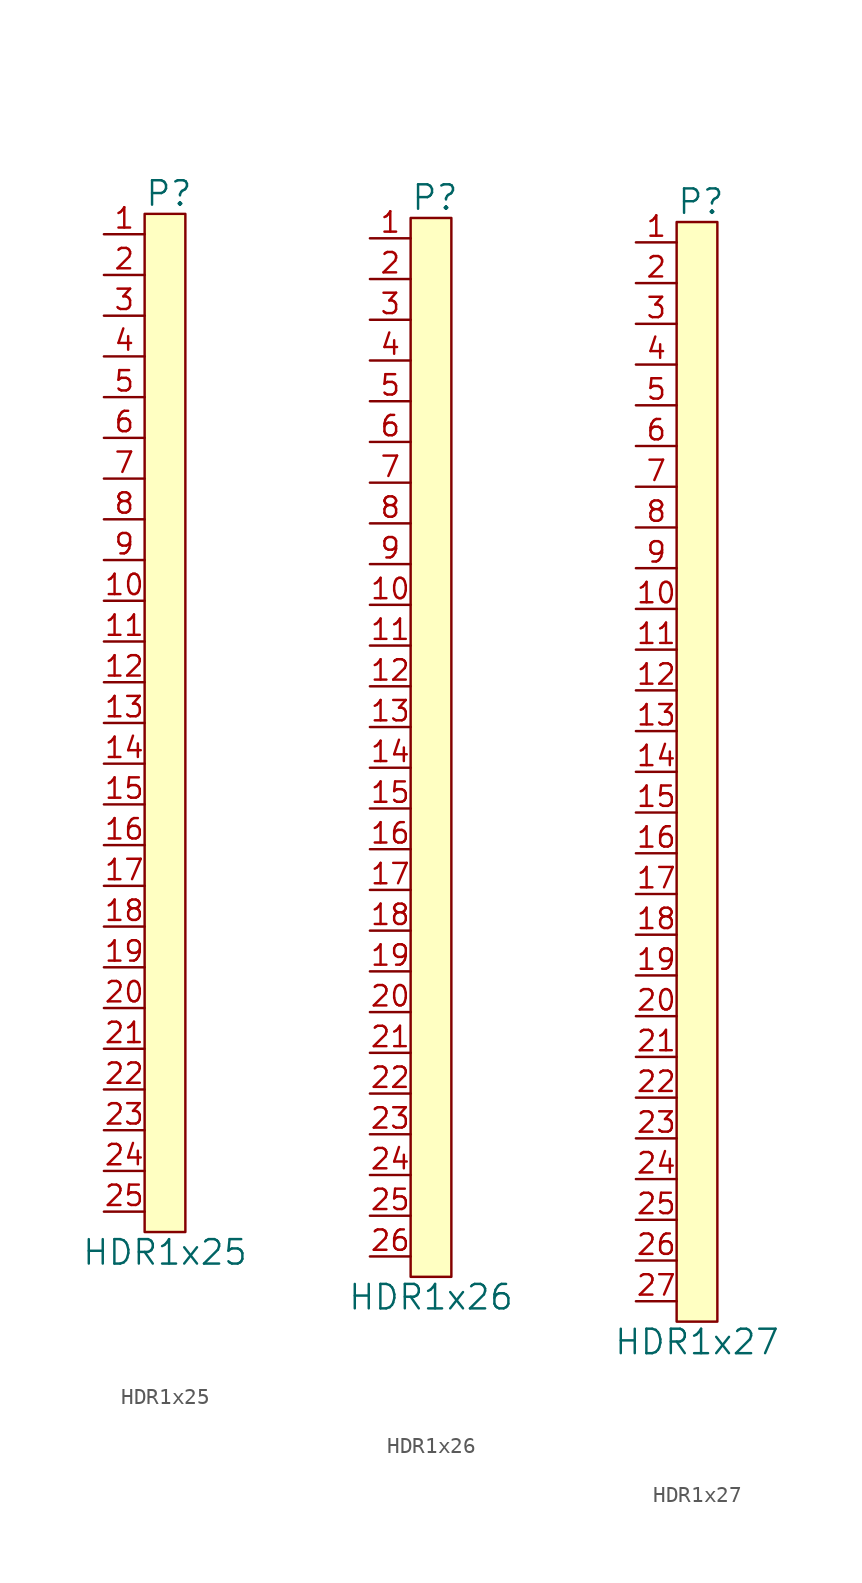
<source format=kicad_sym>
(kicad_symbol_lib
  (version 20231120)
  (generator "kicad_symbol_editor")
  (generator_version "8.0")
  (symbol "HDR1x25"
    (property "Reference" "P"
      (at -1.27 33.02 0)
      (effects (font (size 1.524 1.524)) (justify left)))
    (property "Value" "HDR1x25"
      (at 0 -33.02 0)
      (effects (font (size 1.524 1.524))))
    (symbol "HDR1x25_0_1"
      (rectangle (start -1.27 31.75) (end 1.27 -31.75) (stroke (width 0) (type default)) (fill (type background))))
    (symbol "HDR1x25_1_1"
      (pin unspecified line (at -3.81 30.48 0) (length 2.54) (name "~" (effects (font (size 1.27 1.27)))) (number "1" (effects (font (size 1.27 1.27)))))
      (pin unspecified line (at -3.81 7.62 0) (length 2.54) (name "~" (effects (font (size 1.27 1.27)))) (number "10" (effects (font (size 1.27 1.27)))))
      (pin unspecified line (at -3.81 5.08 0) (length 2.54) (name "~" (effects (font (size 1.27 1.27)))) (number "11" (effects (font (size 1.27 1.27)))))
      (pin unspecified line (at -3.81 2.54 0) (length 2.54) (name "~" (effects (font (size 1.27 1.27)))) (number "12" (effects (font (size 1.27 1.27)))))
      (pin unspecified line (at -3.81 0 0) (length 2.54) (name "~" (effects (font (size 1.27 1.27)))) (number "13" (effects (font (size 1.27 1.27)))))
      (pin unspecified line (at -3.81 -2.54 0) (length 2.54) (name "~" (effects (font (size 1.27 1.27)))) (number "14" (effects (font (size 1.27 1.27)))))
      (pin unspecified line (at -3.81 -5.08 0) (length 2.54) (name "~" (effects (font (size 1.27 1.27)))) (number "15" (effects (font (size 1.27 1.27)))))
      (pin unspecified line (at -3.81 -7.62 0) (length 2.54) (name "~" (effects (font (size 1.27 1.27)))) (number "16" (effects (font (size 1.27 1.27)))))
      (pin unspecified line (at -3.81 -10.16 0) (length 2.54) (name "~" (effects (font (size 1.27 1.27)))) (number "17" (effects (font (size 1.27 1.27)))))
      (pin unspecified line (at -3.81 -12.7 0) (length 2.54) (name "~" (effects (font (size 1.27 1.27)))) (number "18" (effects (font (size 1.27 1.27)))))
      (pin unspecified line (at -3.81 -15.24 0) (length 2.54) (name "~" (effects (font (size 1.27 1.27)))) (number "19" (effects (font (size 1.27 1.27)))))
      (pin unspecified line (at -3.81 27.94 0) (length 2.54) (name "~" (effects (font (size 1.27 1.27)))) (number "2" (effects (font (size 1.27 1.27)))))
      (pin unspecified line (at -3.81 -17.78 0) (length 2.54) (name "~" (effects (font (size 1.27 1.27)))) (number "20" (effects (font (size 1.27 1.27)))))
      (pin unspecified line (at -3.81 -20.32 0) (length 2.54) (name "~" (effects (font (size 1.27 1.27)))) (number "21" (effects (font (size 1.27 1.27)))))
      (pin unspecified line (at -3.81 -22.86 0) (length 2.54) (name "~" (effects (font (size 1.27 1.27)))) (number "22" (effects (font (size 1.27 1.27)))))
      (pin unspecified line (at -3.81 -25.4 0) (length 2.54) (name "~" (effects (font (size 1.27 1.27)))) (number "23" (effects (font (size 1.27 1.27)))))
      (pin unspecified line (at -3.81 -27.94 0) (length 2.54) (name "~" (effects (font (size 1.27 1.27)))) (number "24" (effects (font (size 1.27 1.27)))))
      (pin unspecified line (at -3.81 -30.48 0) (length 2.54) (name "~" (effects (font (size 1.27 1.27)))) (number "25" (effects (font (size 1.27 1.27)))))
      (pin unspecified line (at -3.81 25.4 0) (length 2.54) (name "~" (effects (font (size 1.27 1.27)))) (number "3" (effects (font (size 1.27 1.27)))))
      (pin unspecified line (at -3.81 22.86 0) (length 2.54) (name "~" (effects (font (size 1.27 1.27)))) (number "4" (effects (font (size 1.27 1.27)))))
      (pin unspecified line (at -3.81 20.32 0) (length 2.54) (name "~" (effects (font (size 1.27 1.27)))) (number "5" (effects (font (size 1.27 1.27)))))
      (pin unspecified line (at -3.81 17.78 0) (length 2.54) (name "~" (effects (font (size 1.27 1.27)))) (number "6" (effects (font (size 1.27 1.27)))))
      (pin unspecified line (at -3.81 15.24 0) (length 2.54) (name "~" (effects (font (size 1.27 1.27)))) (number "7" (effects (font (size 1.27 1.27)))))
      (pin unspecified line (at -3.81 12.7 0) (length 2.54) (name "~" (effects (font (size 1.27 1.27)))) (number "8" (effects (font (size 1.27 1.27)))))
      (pin unspecified line (at -3.81 10.16 0) (length 2.54) (name "~" (effects (font (size 1.27 1.27)))) (number "9" (effects (font (size 1.27 1.27)))))))
  (symbol "HDR1x26"
    (property "Reference" "P"
      (at -1.27 34.29 0)
      (effects (font (size 1.524 1.524)) (justify left)))
    (property "Value" "HDR1x26"
      (at 0 -34.29 0)
      (effects (font (size 1.524 1.524))))
    (symbol "HDR1x26_0_1"
      (rectangle (start -1.27 33.02) (end 1.27 -33.02) (stroke (width 0) (type default)) (fill (type background))))
    (symbol "HDR1x26_1_1"
      (pin unspecified line (at -3.81 31.75 0) (length 2.54) (name "~" (effects (font (size 1.27 1.27)))) (number "1" (effects (font (size 1.27 1.27)))))
      (pin unspecified line (at -3.81 8.89 0) (length 2.54) (name "~" (effects (font (size 1.27 1.27)))) (number "10" (effects (font (size 1.27 1.27)))))
      (pin unspecified line (at -3.81 6.35 0) (length 2.54) (name "~" (effects (font (size 1.27 1.27)))) (number "11" (effects (font (size 1.27 1.27)))))
      (pin unspecified line (at -3.81 3.81 0) (length 2.54) (name "~" (effects (font (size 1.27 1.27)))) (number "12" (effects (font (size 1.27 1.27)))))
      (pin unspecified line (at -3.81 1.27 0) (length 2.54) (name "~" (effects (font (size 1.27 1.27)))) (number "13" (effects (font (size 1.27 1.27)))))
      (pin unspecified line (at -3.81 -1.27 0) (length 2.54) (name "~" (effects (font (size 1.27 1.27)))) (number "14" (effects (font (size 1.27 1.27)))))
      (pin unspecified line (at -3.81 -3.81 0) (length 2.54) (name "~" (effects (font (size 1.27 1.27)))) (number "15" (effects (font (size 1.27 1.27)))))
      (pin unspecified line (at -3.81 -6.35 0) (length 2.54) (name "~" (effects (font (size 1.27 1.27)))) (number "16" (effects (font (size 1.27 1.27)))))
      (pin unspecified line (at -3.81 -8.89 0) (length 2.54) (name "~" (effects (font (size 1.27 1.27)))) (number "17" (effects (font (size 1.27 1.27)))))
      (pin unspecified line (at -3.81 -11.43 0) (length 2.54) (name "~" (effects (font (size 1.27 1.27)))) (number "18" (effects (font (size 1.27 1.27)))))
      (pin unspecified line (at -3.81 -13.97 0) (length 2.54) (name "~" (effects (font (size 1.27 1.27)))) (number "19" (effects (font (size 1.27 1.27)))))
      (pin unspecified line (at -3.81 29.21 0) (length 2.54) (name "~" (effects (font (size 1.27 1.27)))) (number "2" (effects (font (size 1.27 1.27)))))
      (pin unspecified line (at -3.81 -16.51 0) (length 2.54) (name "~" (effects (font (size 1.27 1.27)))) (number "20" (effects (font (size 1.27 1.27)))))
      (pin unspecified line (at -3.81 -19.05 0) (length 2.54) (name "~" (effects (font (size 1.27 1.27)))) (number "21" (effects (font (size 1.27 1.27)))))
      (pin unspecified line (at -3.81 -21.59 0) (length 2.54) (name "~" (effects (font (size 1.27 1.27)))) (number "22" (effects (font (size 1.27 1.27)))))
      (pin unspecified line (at -3.81 -24.13 0) (length 2.54) (name "~" (effects (font (size 1.27 1.27)))) (number "23" (effects (font (size 1.27 1.27)))))
      (pin unspecified line (at -3.81 -26.67 0) (length 2.54) (name "~" (effects (font (size 1.27 1.27)))) (number "24" (effects (font (size 1.27 1.27)))))
      (pin unspecified line (at -3.81 -29.21 0) (length 2.54) (name "~" (effects (font (size 1.27 1.27)))) (number "25" (effects (font (size 1.27 1.27)))))
      (pin unspecified line (at -3.81 -31.75 0) (length 2.54) (name "~" (effects (font (size 1.27 1.27)))) (number "26" (effects (font (size 1.27 1.27)))))
      (pin unspecified line (at -3.81 26.67 0) (length 2.54) (name "~" (effects (font (size 1.27 1.27)))) (number "3" (effects (font (size 1.27 1.27)))))
      (pin unspecified line (at -3.81 24.13 0) (length 2.54) (name "~" (effects (font (size 1.27 1.27)))) (number "4" (effects (font (size 1.27 1.27)))))
      (pin unspecified line (at -3.81 21.59 0) (length 2.54) (name "~" (effects (font (size 1.27 1.27)))) (number "5" (effects (font (size 1.27 1.27)))))
      (pin unspecified line (at -3.81 19.05 0) (length 2.54) (name "~" (effects (font (size 1.27 1.27)))) (number "6" (effects (font (size 1.27 1.27)))))
      (pin unspecified line (at -3.81 16.51 0) (length 2.54) (name "~" (effects (font (size 1.27 1.27)))) (number "7" (effects (font (size 1.27 1.27)))))
      (pin unspecified line (at -3.81 13.97 0) (length 2.54) (name "~" (effects (font (size 1.27 1.27)))) (number "8" (effects (font (size 1.27 1.27)))))
      (pin unspecified line (at -3.81 11.43 0) (length 2.54) (name "~" (effects (font (size 1.27 1.27)))) (number "9" (effects (font (size 1.27 1.27)))))))
  (symbol "HDR1x27"
    (property "Reference" "P"
      (at -1.27 35.56 0)
      (effects (font (size 1.524 1.524)) (justify left)))
    (property "Value" "HDR1x27"
      (at 0 -35.56 0)
      (effects (font (size 1.524 1.524))))
    (symbol "HDR1x27_0_1"
      (rectangle (start -1.27 34.29) (end 1.27 -34.29) (stroke (width 0) (type default)) (fill (type background))))
    (symbol "HDR1x27_1_1"
      (pin unspecified line (at -3.81 33.02 0) (length 2.54) (name "~" (effects (font (size 1.27 1.27)))) (number "1" (effects (font (size 1.27 1.27)))))
      (pin unspecified line (at -3.81 10.16 0) (length 2.54) (name "~" (effects (font (size 1.27 1.27)))) (number "10" (effects (font (size 1.27 1.27)))))
      (pin unspecified line (at -3.81 7.62 0) (length 2.54) (name "~" (effects (font (size 1.27 1.27)))) (number "11" (effects (font (size 1.27 1.27)))))
      (pin unspecified line (at -3.81 5.08 0) (length 2.54) (name "~" (effects (font (size 1.27 1.27)))) (number "12" (effects (font (size 1.27 1.27)))))
      (pin unspecified line (at -3.81 2.54 0) (length 2.54) (name "~" (effects (font (size 1.27 1.27)))) (number "13" (effects (font (size 1.27 1.27)))))
      (pin unspecified line (at -3.81 0 0) (length 2.54) (name "~" (effects (font (size 1.27 1.27)))) (number "14" (effects (font (size 1.27 1.27)))))
      (pin unspecified line (at -3.81 -2.54 0) (length 2.54) (name "~" (effects (font (size 1.27 1.27)))) (number "15" (effects (font (size 1.27 1.27)))))
      (pin unspecified line (at -3.81 -5.08 0) (length 2.54) (name "~" (effects (font (size 1.27 1.27)))) (number "16" (effects (font (size 1.27 1.27)))))
      (pin unspecified line (at -3.81 -7.62 0) (length 2.54) (name "~" (effects (font (size 1.27 1.27)))) (number "17" (effects (font (size 1.27 1.27)))))
      (pin unspecified line (at -3.81 -10.16 0) (length 2.54) (name "~" (effects (font (size 1.27 1.27)))) (number "18" (effects (font (size 1.27 1.27)))))
      (pin unspecified line (at -3.81 -12.7 0) (length 2.54) (name "~" (effects (font (size 1.27 1.27)))) (number "19" (effects (font (size 1.27 1.27)))))
      (pin unspecified line (at -3.81 30.48 0) (length 2.54) (name "~" (effects (font (size 1.27 1.27)))) (number "2" (effects (font (size 1.27 1.27)))))
      (pin unspecified line (at -3.81 -15.24 0) (length 2.54) (name "~" (effects (font (size 1.27 1.27)))) (number "20" (effects (font (size 1.27 1.27)))))
      (pin unspecified line (at -3.81 -17.78 0) (length 2.54) (name "~" (effects (font (size 1.27 1.27)))) (number "21" (effects (font (size 1.27 1.27)))))
      (pin unspecified line (at -3.81 -20.32 0) (length 2.54) (name "~" (effects (font (size 1.27 1.27)))) (number "22" (effects (font (size 1.27 1.27)))))
      (pin unspecified line (at -3.81 -22.86 0) (length 2.54) (name "~" (effects (font (size 1.27 1.27)))) (number "23" (effects (font (size 1.27 1.27)))))
      (pin unspecified line (at -3.81 -25.4 0) (length 2.54) (name "~" (effects (font (size 1.27 1.27)))) (number "24" (effects (font (size 1.27 1.27)))))
      (pin unspecified line (at -3.81 -27.94 0) (length 2.54) (name "~" (effects (font (size 1.27 1.27)))) (number "25" (effects (font (size 1.27 1.27)))))
      (pin unspecified line (at -3.81 -30.48 0) (length 2.54) (name "~" (effects (font (size 1.27 1.27)))) (number "26" (effects (font (size 1.27 1.27)))))
      (pin unspecified line (at -3.81 -33.02 0) (length 2.54) (name "~" (effects (font (size 1.27 1.27)))) (number "27" (effects (font (size 1.27 1.27)))))
      (pin unspecified line (at -3.81 27.94 0) (length 2.54) (name "~" (effects (font (size 1.27 1.27)))) (number "3" (effects (font (size 1.27 1.27)))))
      (pin unspecified line (at -3.81 25.4 0) (length 2.54) (name "~" (effects (font (size 1.27 1.27)))) (number "4" (effects (font (size 1.27 1.27)))))
      (pin unspecified line (at -3.81 22.86 0) (length 2.54) (name "~" (effects (font (size 1.27 1.27)))) (number "5" (effects (font (size 1.27 1.27)))))
      (pin unspecified line (at -3.81 20.32 0) (length 2.54) (name "~" (effects (font (size 1.27 1.27)))) (number "6" (effects (font (size 1.27 1.27)))))
      (pin unspecified line (at -3.81 17.78 0) (length 2.54) (name "~" (effects (font (size 1.27 1.27)))) (number "7" (effects (font (size 1.27 1.27)))))
      (pin unspecified line (at -3.81 15.24 0) (length 2.54) (name "~" (effects (font (size 1.27 1.27)))) (number "8" (effects (font (size 1.27 1.27)))))
      (pin unspecified line (at -3.81 12.7 0) (length 2.54) (name "~" (effects (font (size 1.27 1.27)))) (number "9" (effects (font (size 1.27 1.27))))))))
</source>
